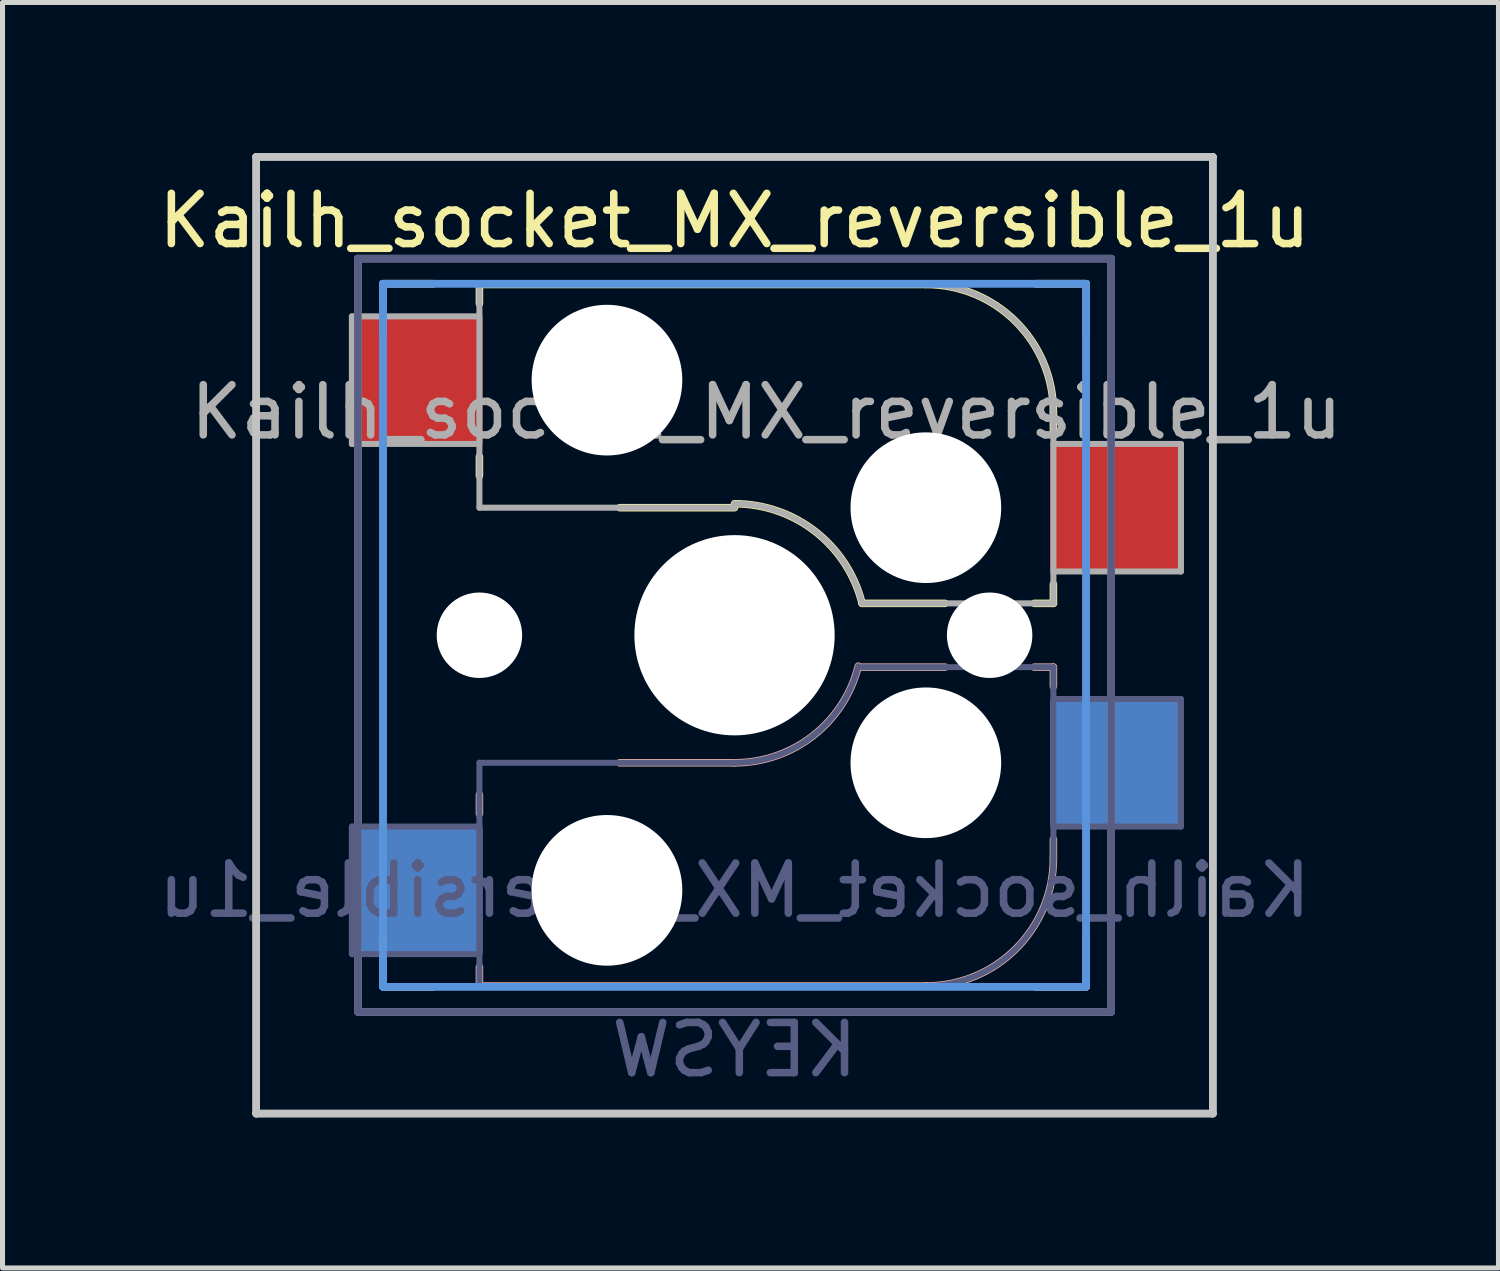
<source format=kicad_pcb>
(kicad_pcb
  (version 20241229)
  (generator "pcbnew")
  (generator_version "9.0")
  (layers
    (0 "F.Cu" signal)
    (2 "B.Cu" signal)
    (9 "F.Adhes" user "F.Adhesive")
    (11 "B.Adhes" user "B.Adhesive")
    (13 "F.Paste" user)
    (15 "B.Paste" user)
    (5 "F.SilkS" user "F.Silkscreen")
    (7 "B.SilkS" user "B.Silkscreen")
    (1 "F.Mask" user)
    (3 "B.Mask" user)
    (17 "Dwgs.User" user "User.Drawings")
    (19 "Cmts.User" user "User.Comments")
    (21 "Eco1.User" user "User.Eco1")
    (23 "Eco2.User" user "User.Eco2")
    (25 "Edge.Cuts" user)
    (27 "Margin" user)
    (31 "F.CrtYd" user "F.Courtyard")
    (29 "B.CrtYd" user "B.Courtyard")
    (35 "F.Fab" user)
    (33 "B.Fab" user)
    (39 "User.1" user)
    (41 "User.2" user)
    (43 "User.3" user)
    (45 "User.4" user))
  (footprint "Kailh_socket_MX_reversible_1u"
    (layer "F.Cu")
    (at 11.577 9.6)
    (property "Reference" "Kailh_socket_MX_reversible_1u" (at 0 -8.255 0) (layer "F.SilkS") (effects (font (size 1 1) (thickness 0.15))))
    (property "Value" "KEYSW" (at 0 8.255 0) (layer "F.Fab") (hide yes) (effects (font (size 1 1) (thickness 0.15))))
    (attr smd)
    (fp_line (start -7 -7) (end -6 -7) (stroke (width 0.15) (type solid)) (layer "F.SilkS"))
    (fp_line (start -7 -6.604) (end -7 -7) (stroke (width 0.15) (type solid)) (layer "F.SilkS"))
    (fp_line (start -7 7) (end -7 6) (stroke (width 0.15) (type solid)) (layer "F.SilkS"))
    (fp_line (start -6 7) (end -7 7) (stroke (width 0.15) (type solid)) (layer "F.SilkS"))
    (fp_line (start -5.08 -6.985) (end -5.08 -6.604) (stroke (width 0.15) (type solid)) (layer "F.SilkS"))
    (fp_line (start -5.08 -3.556) (end -5.08 -3.175) (stroke (width 0.15) (type solid)) (layer "F.SilkS"))
    (fp_line (start -2.286 -2.54) (end 0 -2.54) (stroke (width 0.15) (type solid)) (layer "F.SilkS"))
    (fp_line (start 2.54 -0.635) (end 4.191 -0.635) (stroke (width 0.15) (type solid)) (layer "F.SilkS"))
    (fp_line (start 3.81 -6.985) (end -5.08 -6.985) (stroke (width 0.15) (type solid)) (layer "F.SilkS"))
    (fp_line (start 5.969 -0.635) (end 6.35 -0.635) (stroke (width 0.15) (type solid)) (layer "F.SilkS"))
    (fp_line (start 6 -7) (end 7 -7) (stroke (width 0.15) (type solid)) (layer "F.SilkS"))
    (fp_line (start 6.35 -4.445) (end 6.35 -4.064) (stroke (width 0.15) (type solid)) (layer "F.SilkS"))
    (fp_line (start 6.35 -0.635) (end 6.35 -1.016) (stroke (width 0.15) (type solid)) (layer "F.SilkS"))
    (fp_line (start 7 -7) (end 7 -6) (stroke (width 0.15) (type solid)) (layer "F.SilkS"))
    (fp_line (start 7 6) (end 7 7) (stroke (width 0.15) (type solid)) (layer "F.SilkS"))
    (fp_line (start 7 7) (end 6 7) (stroke (width 0.15) (type solid)) (layer "F.SilkS"))
    (fp_arc (start 0.000001 -2.618171) (mid 1.611255 -2.063656) (end 2.539999 -0.634999) (stroke (width 0.15) (type solid)) (layer "F.SilkS"))
    (fp_arc (start 3.81 -6.985) (mid 5.606051 -6.241051) (end 6.35 -4.445) (stroke (width 0.15) (type solid)) (layer "F.SilkS"))
    (fp_line (start -7 -7) (end -6 -7) (stroke (width 0.15) (type solid)) (layer "B.SilkS"))
    (fp_line (start -7 -6) (end -7 -7) (stroke (width 0.15) (type solid)) (layer "B.SilkS"))
    (fp_line (start -7 7) (end -7 6.604) (stroke (width 0.15) (type solid)) (layer "B.SilkS"))
    (fp_line (start -6 7) (end -7 7) (stroke (width 0.15) (type solid)) (layer "B.SilkS"))
    (fp_line (start -5.08 3.175) (end -5.08 3.556) (stroke (width 0.15) (type solid)) (layer "B.SilkS"))
    (fp_line (start -5.08 6.604) (end -5.08 6.985) (stroke (width 0.15) (type solid)) (layer "B.SilkS"))
    (fp_line (start -5.08 6.985) (end 3.81 6.985) (stroke (width 0.15) (type solid)) (layer "B.SilkS"))
    (fp_line (start 0 2.54) (end -2.286 2.54) (stroke (width 0.15) (type solid)) (layer "B.SilkS"))
    (fp_line (start 4.191 0.635) (end 2.54 0.635) (stroke (width 0.15) (type solid)) (layer "B.SilkS"))
    (fp_line (start 6 -7) (end 7 -7) (stroke (width 0.15) (type solid)) (layer "B.SilkS"))
    (fp_line (start 6.35 0.635) (end 5.969 0.635) (stroke (width 0.15) (type solid)) (layer "B.SilkS"))
    (fp_line (start 6.35 1.016) (end 6.35 0.635) (stroke (width 0.15) (type solid)) (layer "B.SilkS"))
    (fp_line (start 6.35 4.445) (end 6.35 4.064) (stroke (width 0.15) (type solid)) (layer "B.SilkS"))
    (fp_line (start 7 -7) (end 7 -6) (stroke (width 0.15) (type solid)) (layer "B.SilkS"))
    (fp_line (start 7 6) (end 7 7) (stroke (width 0.15) (type solid)) (layer "B.SilkS"))
    (fp_line (start 7 7) (end 6 7) (stroke (width 0.15) (type solid)) (layer "B.SilkS"))
    (fp_arc (start 2.464162 0.61604) (mid 1.563147 2.002042) (end 0 2.54) (stroke (width 0.15) (type solid)) (layer "B.SilkS"))
    (fp_arc (start 6.35 4.445) (mid 5.606051 6.241051) (end 3.81 6.985) (stroke (width 0.15) (type solid)) (layer "B.SilkS"))
    (fp_line (start -9.525 -9.525) (end -9.525 -9.525) (stroke (width 0.15) (type solid)) (layer "Dwgs.User"))
    (fp_line (start -9.525 -9.525) (end -9.525 -9.525) (stroke (width 0.15) (type solid)) (layer "Dwgs.User"))
    (fp_line (start -9.525 -9.525) (end -9.525 9.525) (stroke (width 0.15) (type solid)) (layer "Dwgs.User"))
    (fp_line (start -9.525 -9.525) (end 9.525 -9.525) (stroke (width 0.15) (type solid)) (layer "Dwgs.User"))
    (fp_line (start -9.525 9.525) (end -9.525 -9.525) (stroke (width 0.15) (type solid)) (layer "Dwgs.User"))
    (fp_line (start -9.525 9.525) (end -9.525 9.525) (stroke (width 0.15) (type solid)) (layer "Dwgs.User"))
    (fp_line (start -9.525 9.525) (end -9.525 9.525) (stroke (width 0.15) (type solid)) (layer "Dwgs.User"))
    (fp_line (start -9.525 9.525) (end 9.525 9.525) (stroke (width 0.15) (type solid)) (layer "Dwgs.User"))
    (fp_line (start 9.525 -9.525) (end -9.525 -9.525) (stroke (width 0.15) (type solid)) (layer "Dwgs.User"))
    (fp_line (start 9.525 -9.525) (end 9.525 -9.525) (stroke (width 0.15) (type solid)) (layer "Dwgs.User"))
    (fp_line (start 9.525 -9.525) (end 9.525 -9.525) (stroke (width 0.15) (type solid)) (layer "Dwgs.User"))
    (fp_line (start 9.525 -9.525) (end 9.525 9.525) (stroke (width 0.15) (type solid)) (layer "Dwgs.User"))
    (fp_line (start 9.525 9.525) (end -9.525 9.525) (stroke (width 0.15) (type solid)) (layer "Dwgs.User"))
    (fp_line (start 9.525 9.525) (end 9.525 -9.525) (stroke (width 0.15) (type solid)) (layer "Dwgs.User"))
    (fp_line (start 9.525 9.525) (end 9.525 9.525) (stroke (width 0.15) (type solid)) (layer "Dwgs.User"))
    (fp_line (start 9.525 9.525) (end 9.525 9.525) (stroke (width 0.15) (type solid)) (layer "Dwgs.User"))
    (fp_line (start -7 -7) (end -7 7) (stroke (width 0.15) (type solid)) (layer "Cmts.User"))
    (fp_line (start -7 -7) (end 7 -7) (stroke (width 0.15) (type solid)) (layer "Cmts.User"))
    (fp_line (start -7 7) (end -7 -7) (stroke (width 0.15) (type solid)) (layer "Cmts.User"))
    (fp_line (start -7 7) (end -7 7) (stroke (width 0.15) (type solid)) (layer "Cmts.User"))
    (fp_line (start -7 7) (end -7 7) (stroke (width 0.15) (type solid)) (layer "Cmts.User"))
    (fp_line (start -7 7) (end 7 7) (stroke (width 0.15) (type solid)) (layer "Cmts.User"))
    (fp_line (start 7 -7) (end -7 -7) (stroke (width 0.15) (type solid)) (layer "Cmts.User"))
    (fp_line (start 7 -7) (end 7 -7) (stroke (width 0.15) (type solid)) (layer "Cmts.User"))
    (fp_line (start 7 -7) (end 7 -7) (stroke (width 0.15) (type solid)) (layer "Cmts.User"))
    (fp_line (start 7 -7) (end 7 7) (stroke (width 0.15) (type solid)) (layer "Cmts.User"))
    (fp_line (start 7 7) (end -7 7) (stroke (width 0.15) (type solid)) (layer "Cmts.User"))
    (fp_line (start 7 7) (end 7 -7) (stroke (width 0.15) (type solid)) (layer "Cmts.User"))
    (fp_line (start 7 7) (end 7 7) (stroke (width 0.15) (type solid)) (layer "Cmts.User"))
    (fp_line (start 7 7) (end 7 7) (stroke (width 0.15) (type solid)) (layer "Cmts.User"))
    (fp_line (start -6.9 6.9) (end -6.9 -6.9) (stroke (width 0.15) (type solid)) (layer "Eco2.User"))
    (fp_line (start -6.9 6.9) (end 6.9 6.9) (stroke (width 0.15) (type solid)) (layer "Eco2.User"))
    (fp_line (start 6.9 -6.9) (end -6.9 -6.9) (stroke (width 0.15) (type solid)) (layer "Eco2.User"))
    (fp_line (start 6.9 -6.9) (end 6.9 6.9) (stroke (width 0.15) (type solid)) (layer "Eco2.User"))
    (fp_line (start -7.62 3.81) (end -7.62 6.35) (stroke (width 0.12) (type solid)) (layer "B.Fab"))
    (fp_line (start -7.62 6.35) (end -5.08 6.35) (stroke (width 0.12) (type solid)) (layer "B.Fab"))
    (fp_line (start -7.5 -7.5) (end 7.5 -7.5) (stroke (width 0.15) (type solid)) (layer "B.Fab"))
    (fp_line (start -7.5 7.5) (end -7.5 -7.5) (stroke (width 0.15) (type solid)) (layer "B.Fab"))
    (fp_line (start -5.08 2.54) (end -5.08 6.985) (stroke (width 0.12) (type solid)) (layer "B.Fab"))
    (fp_line (start -5.08 3.81) (end -7.62 3.81) (stroke (width 0.12) (type solid)) (layer "B.Fab"))
    (fp_line (start -5.08 6.985) (end 3.81 6.985) (stroke (width 0.12) (type solid)) (layer "B.Fab"))
    (fp_line (start 0 2.54) (end -5.08 2.54) (stroke (width 0.12) (type solid)) (layer "B.Fab"))
    (fp_line (start 6.35 0.635) (end 2.54 0.635) (stroke (width 0.12) (type solid)) (layer "B.Fab"))
    (fp_line (start 6.35 3.81) (end 8.89 3.81) (stroke (width 0.12) (type solid)) (layer "B.Fab"))
    (fp_line (start 6.35 4.445) (end 6.35 0.635) (stroke (width 0.12) (type solid)) (layer "B.Fab"))
    (fp_line (start 7.5 -7.5) (end 7.5 7.5) (stroke (width 0.15) (type solid)) (layer "B.Fab"))
    (fp_line (start 7.5 7.5) (end -7.5 7.5) (stroke (width 0.15) (type solid)) (layer "B.Fab"))
    (fp_line (start 8.89 1.27) (end 6.35 1.27) (stroke (width 0.12) (type solid)) (layer "B.Fab"))
    (fp_line (start 8.89 3.81) (end 8.89 1.27) (stroke (width 0.12) (type solid)) (layer "B.Fab"))
    (fp_arc (start 2.464162 0.61604) (mid 1.563147 2.002042) (end 0 2.54) (stroke (width 0.12) (type solid)) (layer "B.Fab"))
    (fp_arc (start 6.35 4.445) (mid 5.606051 6.241051) (end 3.81 6.985) (stroke (width 0.12) (type solid)) (layer "B.Fab"))
    (fp_line (start -7.62 -6.35) (end -7.62 -3.81) (stroke (width 0.12) (type solid)) (layer "F.Fab"))
    (fp_line (start -7.62 -3.81) (end -5.08 -3.81) (stroke (width 0.12) (type solid)) (layer "F.Fab"))
    (fp_line (start -7.5 -7.5) (end 7.5 -7.5) (stroke (width 0.15) (type solid)) (layer "F.Fab"))
    (fp_line (start -7.5 7.5) (end -7.5 -7.5) (stroke (width 0.15) (type solid)) (layer "F.Fab"))
    (fp_line (start -5.08 -6.985) (end -5.08 -2.54) (stroke (width 0.12) (type solid)) (layer "F.Fab"))
    (fp_line (start -5.08 -6.35) (end -7.62 -6.35) (stroke (width 0.12) (type solid)) (layer "F.Fab"))
    (fp_line (start -5.08 -2.54) (end 0 -2.54) (stroke (width 0.12) (type solid)) (layer "F.Fab"))
    (fp_line (start 2.54 -0.635) (end 6.35 -0.635) (stroke (width 0.12) (type solid)) (layer "F.Fab"))
    (fp_line (start 3.81 -6.985) (end -5.08 -6.985) (stroke (width 0.12) (type solid)) (layer "F.Fab"))
    (fp_line (start 6.35 -1.27) (end 8.89 -1.27) (stroke (width 0.12) (type solid)) (layer "F.Fab"))
    (fp_line (start 6.35 -0.635) (end 6.35 -4.445) (stroke (width 0.12) (type solid)) (layer "F.Fab"))
    (fp_line (start 7.5 -7.5) (end 7.5 7.5) (stroke (width 0.15) (type solid)) (layer "F.Fab"))
    (fp_line (start 7.5 7.5) (end -7.5 7.5) (stroke (width 0.15) (type solid)) (layer "F.Fab"))
    (fp_line (start 8.89 -3.81) (end 6.35 -3.81) (stroke (width 0.12) (type solid)) (layer "F.Fab"))
    (fp_line (start 8.89 -1.27) (end 8.89 -3.81) (stroke (width 0.12) (type solid)) (layer "F.Fab"))
    (fp_arc (start 0.000001 -2.618171) (mid 1.611255 -2.063656) (end 2.539999 -0.634999) (stroke (width 0.12) (type solid)) (layer "F.Fab"))
    (fp_arc (start 3.81 -6.985) (mid 5.606051 -6.241051) (end 6.35 -4.445) (stroke (width 0.12) (type solid)) (layer "F.Fab"))
    (fp_poly (pts (xy 7.144 7.144) (xy -7.144 7.144) (xy -7.144 -7.144) (xy 7.144 -7.144)) (stroke (width 0.1) (type solid)) (fill no) (layer "User.2"))
    (fp_poly (pts (xy 2.381 8.334) (xy -2.381 8.334) (xy -2.381 -8.334) (xy 2.381 -8.334)) (stroke (width 0.1) (type solid)) (fill no) (layer "User.3"))
    (fp_text user "${VALUE}" (at 0 8.255 0) (layer "B.Fab") (effects (font (size 1 1) (thickness 0.15)) (justify mirror)))
    (fp_text user "${REFERENCE}" (at 0 5.08 0) (layer "B.Fab") (effects (font (size 1 1) (thickness 0.15)) (justify mirror)))
    (fp_text user "${REFERENCE}" (at 0.635 -4.445 0) (layer "F.Fab") (effects (font (size 1 1) (thickness 0.15))))
    (pad "" np_thru_hole circle (at -5.08 0) (size 1.702 1.702) (drill 1.702) (layers "*.Cu" "*.Mask"))
    (pad "" np_thru_hole circle (at -2.54 -5.08) (size 3 3) (drill 3) (layers "*.Cu" "*.Mask"))
    (pad "" np_thru_hole circle (at -2.54 5.08) (size 3 3) (drill 3) (layers "*.Cu" "*.Mask"))
    (pad "" np_thru_hole circle (at 0 0) (size 3.988 3.988) (drill 3.988) (layers "*.Cu" "*.Mask"))
    (pad "" np_thru_hole circle (at 3.81 -2.54) (size 3 3) (drill 3) (layers "*.Cu" "*.Mask"))
    (pad "" np_thru_hole circle (at 3.81 2.54) (size 3 3) (drill 3) (layers "*.Cu" "*.Mask"))
    (pad "" np_thru_hole circle (at 5.08 0) (size 1.702 1.702) (drill 1.702) (layers "*.Cu" "*.Mask"))
    (pad "1" smd rect (at -6.29 -5.08) (size 2.55 2.5) (layers "F.Cu" "F.Mask" "F.Paste"))
    (pad "1" smd rect (at -6.29 5.08) (size 2.55 2.5) (layers "B.Cu" "B.Mask" "B.Paste"))
    (pad "2" smd rect (at 7.56 -2.54) (size 2.55 2.5) (layers "F.Cu" "F.Mask" "F.Paste"))
    (pad "2" smd rect (at 7.56 2.54) (size 2.55 2.5) (layers "B.Cu" "B.Mask" "B.Paste")))
  (gr_rect
    (start -3 -3)
    (end 26.79 22.2)
    (stroke (width 0.1) (type default))
    (fill no)
    (layer "Edge.Cuts")))
</source>
